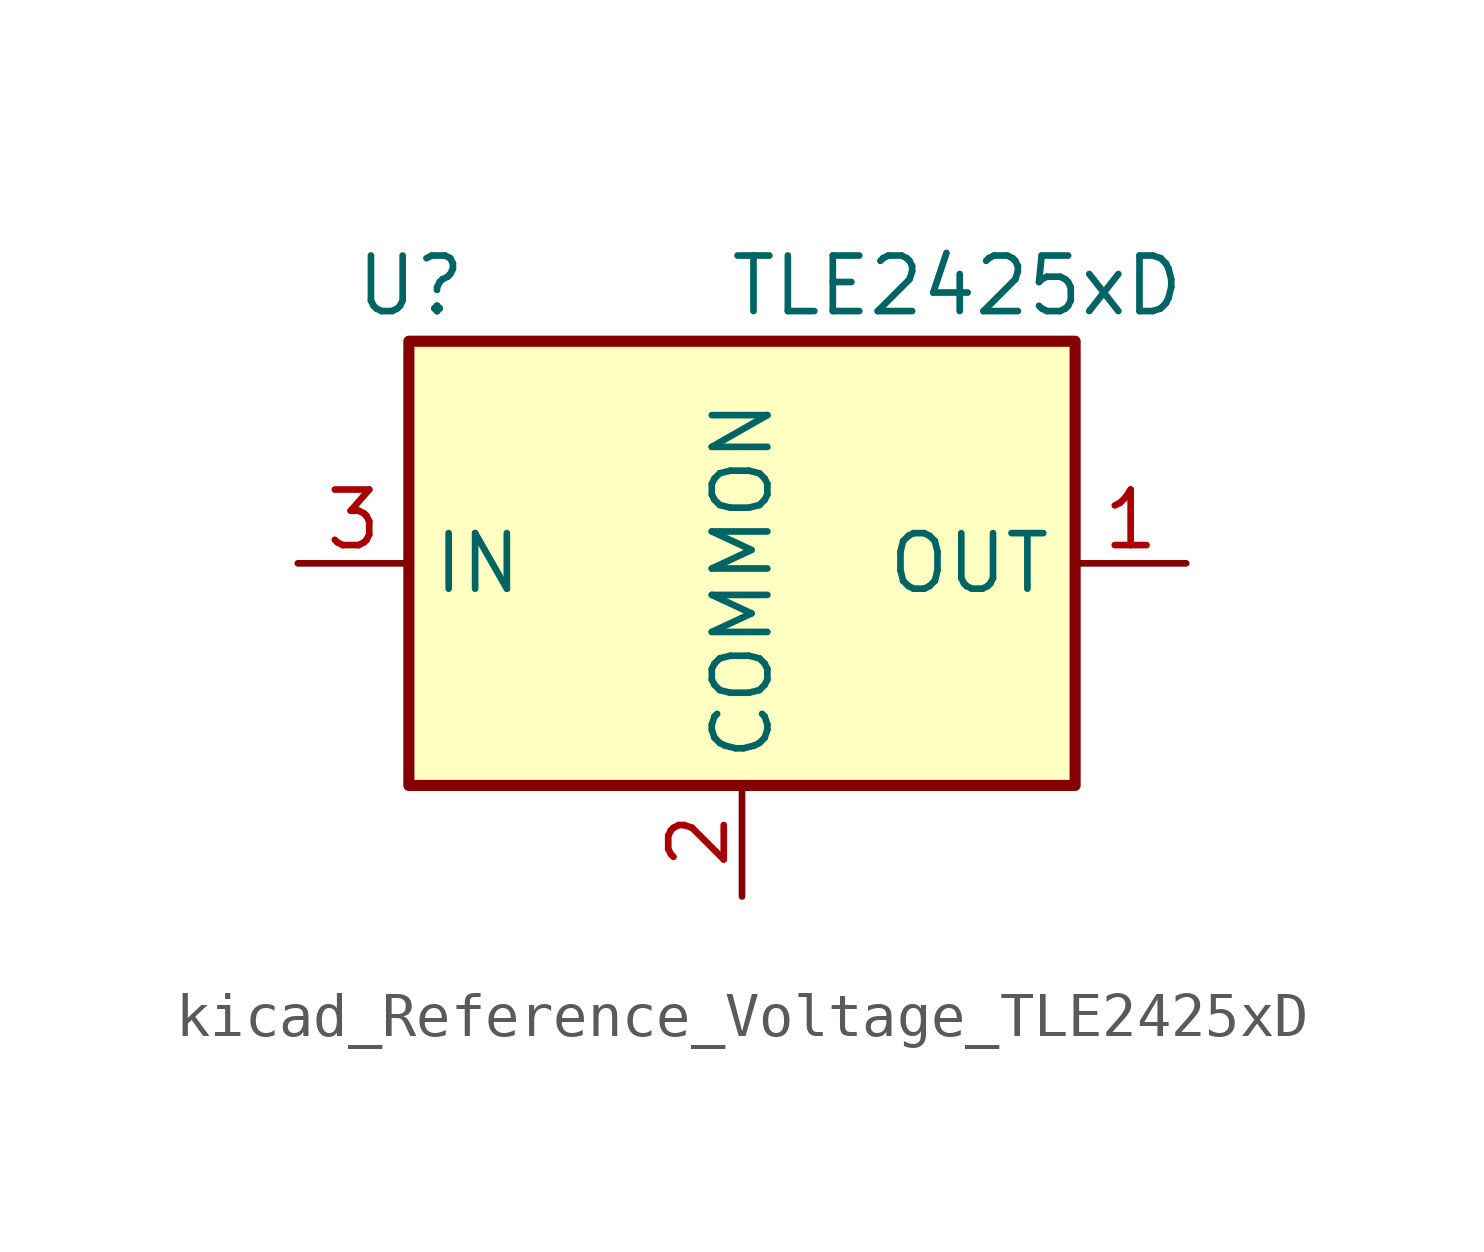
<source format=kicad_sym>
(kicad_symbol_lib
  (version 20220914)
  (generator kicad_symbol_editor)
  (symbol "kicad_Reference_Voltage_TLE2425xD"
    (property "Reference" "U"
      (at -8.89 6.35 0)
      (effects (font (size 1.27 1.27)) (justify left)))
    (property "Value" "TLE2425xD"
      (at 10.16 6.35 0)
      (effects (font (size 1.27 1.27)) (justify right)))
    (symbol "kicad_Reference_Voltage_TLE2425xD_0_1"
      (rectangle (start 7.62 -5.08) (end -7.62 5.08) (stroke (width 0.254) (type default)) (fill (type background))))
    (symbol "kicad_Reference_Voltage_TLE2425xD_1_1"
      (pin power_out line (at 10.16 0 180) (length 2.54) (name "OUT" (effects (font (size 1.27 1.27)))) (number "1" (effects (font (size 1.27 1.27)))))
      (pin power_in line (at 0 -7.62 90) (length 2.54) (name "COMMON" (effects (font (size 1.27 1.27)))) (number "2" (effects (font (size 1.27 1.27)))))
      (pin power_in line (at -10.16 0 0) (length 2.54) (name "IN" (effects (font (size 1.27 1.27)))) (number "3" (effects (font (size 1.27 1.27)))))
      (pin no_connect line (at -7.62 -2.54 0) (length 2.54) hide (name "NC" (effects (font (size 1.27 1.27)))) (number "4" (effects (font (size 1.27 1.27)))))
      (pin no_connect line (at -5.08 -5.08 90) (length 2.54) hide (name "NC" (effects (font (size 1.27 1.27)))) (number "5" (effects (font (size 1.27 1.27)))))
      (pin no_connect line (at 7.62 2.54 180) (length 2.54) hide (name "NC" (effects (font (size 1.27 1.27)))) (number "6" (effects (font (size 1.27 1.27)))))
      (pin no_connect line (at 7.62 -2.54 180) (length 2.54) hide (name "NC" (effects (font (size 1.27 1.27)))) (number "7" (effects (font (size 1.27 1.27)))))
      (pin no_connect line (at -7.62 2.54 0) (length 2.54) hide (name "NC" (effects (font (size 1.27 1.27)))) (number "8" (effects (font (size 1.27 1.27))))))))
</source>
